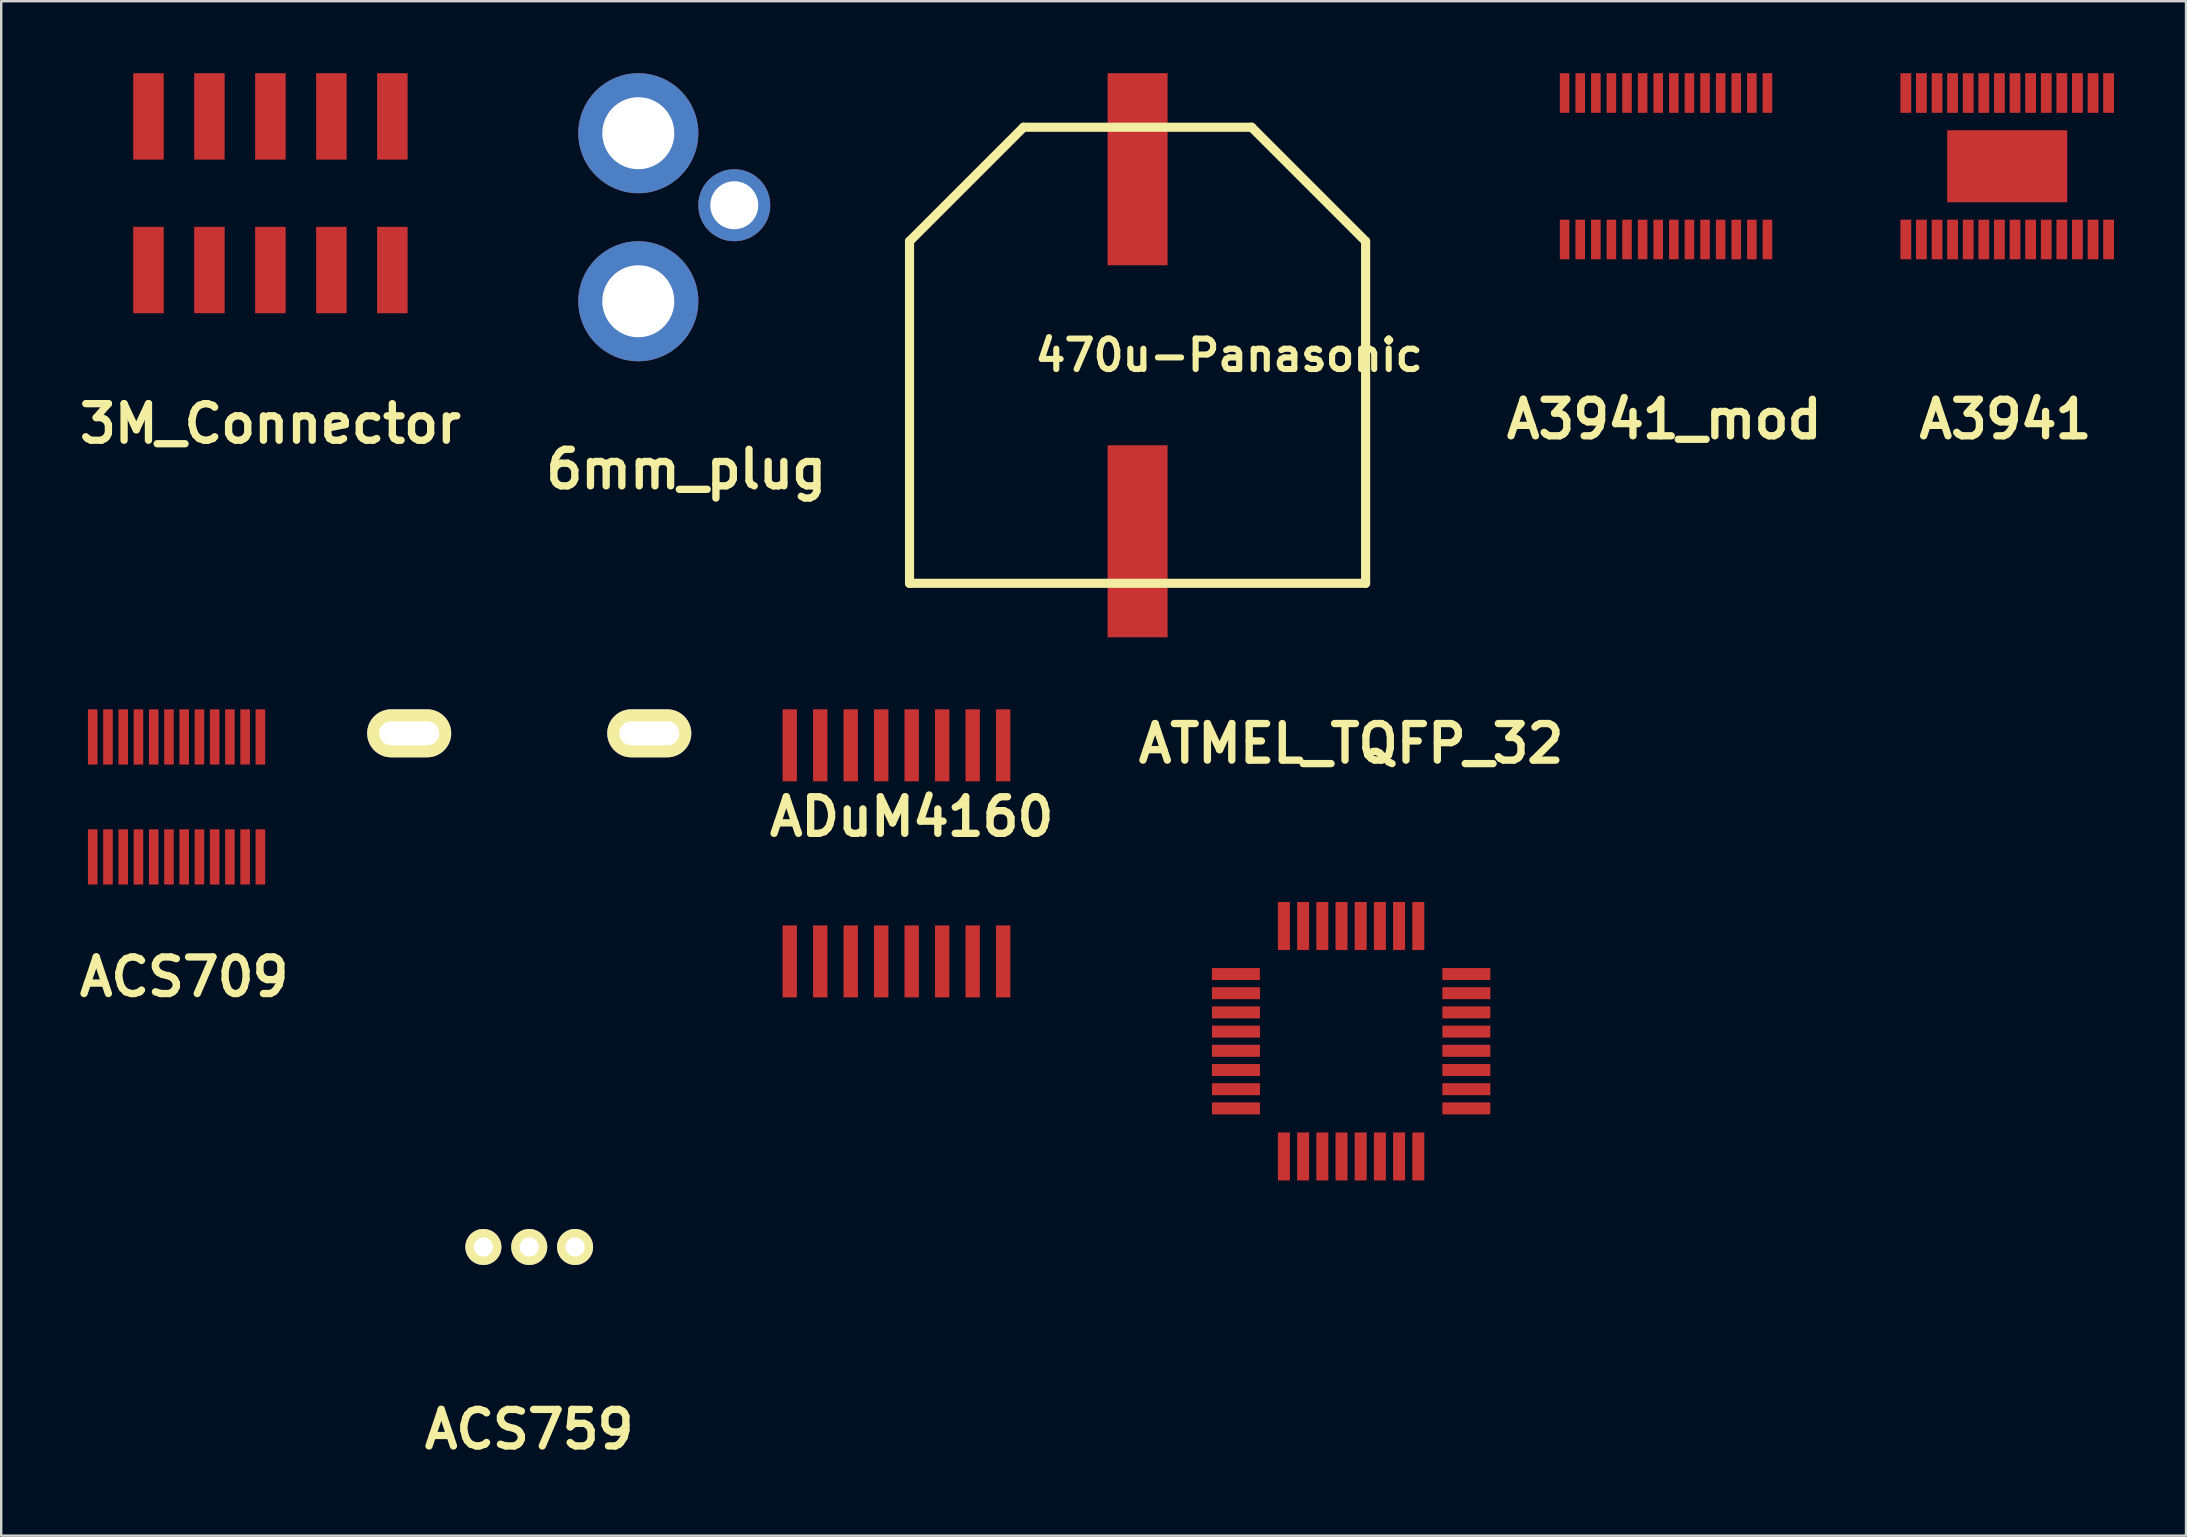
<source format=kicad_pcb>
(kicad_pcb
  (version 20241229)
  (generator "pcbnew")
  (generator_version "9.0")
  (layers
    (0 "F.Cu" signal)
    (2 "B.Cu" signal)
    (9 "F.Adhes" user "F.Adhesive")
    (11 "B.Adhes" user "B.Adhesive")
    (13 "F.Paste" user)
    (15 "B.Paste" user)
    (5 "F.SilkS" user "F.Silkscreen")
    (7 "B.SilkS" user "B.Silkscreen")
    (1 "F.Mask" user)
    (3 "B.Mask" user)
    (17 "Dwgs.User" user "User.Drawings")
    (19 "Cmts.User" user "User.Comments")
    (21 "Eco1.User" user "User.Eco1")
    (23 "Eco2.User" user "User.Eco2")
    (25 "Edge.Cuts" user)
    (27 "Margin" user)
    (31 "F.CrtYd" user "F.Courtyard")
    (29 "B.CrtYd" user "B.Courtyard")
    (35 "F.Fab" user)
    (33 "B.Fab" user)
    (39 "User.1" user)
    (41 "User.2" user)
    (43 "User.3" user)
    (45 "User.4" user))
  (footprint "ATMEL_TQFP_32"
    (layer "F.Cu")
    (at 53.237 27.927)
    (property "Reference" "ATMEL_TQFP_32" (at 0 0 0) (layer "F.SilkS") (effects (font (size 1.524 1.524) (thickness 0.305))))
    (attr through_hole)
    (pad "1" smd rect (at -4.801 9.601) (size 1.999 0.5) (layers "F.Cu"))
    (pad "2" smd rect (at -4.798 10.399) (size 1.999 0.5) (layers "F.Cu"))
    (pad "3" smd rect (at -4.798 11.199) (size 1.999 0.5) (layers "F.Cu"))
    (pad "4" smd rect (at -4.798 11.999) (size 1.999 0.5) (layers "F.Cu"))
    (pad "5" smd rect (at -4.798 12.799) (size 1.999 0.5) (layers "F.Cu"))
    (pad "6" smd rect (at -4.798 13.599) (size 1.999 0.5) (layers "F.Cu"))
    (pad "7" smd rect (at -4.798 14.399) (size 1.999 0.5) (layers "F.Cu"))
    (pad "8" smd rect (at -4.798 15.199) (size 1.999 0.5) (layers "F.Cu"))
    (pad "9" smd rect (at -2.799 17.201 90) (size 1.999 0.5) (layers "F.Cu"))
    (pad "10" smd rect (at -1.999 17.201 90) (size 1.999 0.5) (layers "F.Cu"))
    (pad "11" smd rect (at -1.199 17.201 90) (size 1.999 0.5) (layers "F.Cu"))
    (pad "12" smd rect (at -0.399 17.201 90) (size 1.999 0.5) (layers "F.Cu"))
    (pad "13" smd rect (at 0.399 17.201 90) (size 1.999 0.5) (layers "F.Cu"))
    (pad "14" smd rect (at 1.199 17.201 90) (size 1.999 0.5) (layers "F.Cu"))
    (pad "15" smd rect (at 1.999 17.201 90) (size 1.999 0.5) (layers "F.Cu"))
    (pad "16" smd rect (at 2.799 17.201 90) (size 1.999 0.5) (layers "F.Cu"))
    (pad "17" smd rect (at 4.801 15.199 180) (size 1.999 0.5) (layers "F.Cu"))
    (pad "18" smd rect (at 4.801 14.399 180) (size 1.999 0.5) (layers "F.Cu"))
    (pad "19" smd rect (at 4.801 13.599 180) (size 1.999 0.5) (layers "F.Cu"))
    (pad "20" smd rect (at 4.801 12.799 180) (size 1.999 0.5) (layers "F.Cu"))
    (pad "21" smd rect (at 4.801 11.999 180) (size 1.999 0.5) (layers "F.Cu"))
    (pad "22" smd rect (at 4.801 11.199 180) (size 1.999 0.5) (layers "F.Cu"))
    (pad "23" smd rect (at 4.801 10.399 180) (size 1.999 0.5) (layers "F.Cu"))
    (pad "24" smd rect (at 4.801 9.601 180) (size 1.999 0.5) (layers "F.Cu"))
    (pad "25" smd rect (at 2.799 7.6 270) (size 1.999 0.5) (layers "F.Cu"))
    (pad "26" smd rect (at 1.999 7.6 270) (size 1.999 0.5) (layers "F.Cu"))
    (pad "27" smd rect (at 1.199 7.6 270) (size 1.999 0.5) (layers "F.Cu"))
    (pad "28" smd rect (at 0.399 7.6 270) (size 1.999 0.5) (layers "F.Cu"))
    (pad "29" smd rect (at -0.399 7.6 270) (size 1.999 0.5) (layers "F.Cu"))
    (pad "30" smd rect (at -1.199 7.6 270) (size 1.999 0.5) (layers "F.Cu"))
    (pad "31" smd rect (at -1.999 7.6 270) (size 1.999 0.5) (layers "F.Cu"))
    (pad "32" smd rect (at -2.799 7.6 270) (size 1.999 0.5) (layers "F.Cu")))
  (footprint "ACS759"
    (layer "F.Cu")
    (at 18.997 48.899)
    (property "Reference" "ACS759" (at 0 7.6 0) (layer "F.SilkS") (effects (font (size 1.524 1.524) (thickness 0.305))))
    (attr through_hole)
    (pad "1" thru_hole circle (at -1.91 0) (size 1.501 1.501) (drill 0.8) (layers "*.Cu" "*.Mask" "F.SilkS"))
    (pad "2" thru_hole circle (at 0 0) (size 1.501 1.501) (drill 0.8) (layers "*.Cu" "*.Mask" "F.SilkS"))
    (pad "3" thru_hole circle (at 1.91 0) (size 1.501 1.501) (drill 0.8) (layers "*.Cu" "*.Mask" "F.SilkS"))
    (pad "4" thru_hole oval (at 5.001 -21.399) (size 3.5 1.999) (drill oval 2.499 1.001) (layers "*.Cu" "*.Mask" "F.SilkS"))
    (pad "5" thru_hole oval (at -5.001 -21.399) (size 3.5 1.999) (drill oval 2.499 1.001) (layers "*.Cu" "*.Mask" "F.SilkS")))
  (footprint "A3941"
    (layer "F.Cu")
    (at 80.245 3.876)
    (property "Reference" "A3941" (at 0.254 10.541 0) (layer "F.SilkS") (effects (font (size 1.524 1.524) (thickness 0.305))))
    (attr through_hole)
    (pad "1" smd rect (at -3.899 3.051) (size 0.45 1.651) (layers "F.Cu" "F.Mask" "F.Paste"))
    (pad "2" smd rect (at -3.249 3.051) (size 0.45 1.651) (layers "F.Cu" "F.Mask" "F.Paste"))
    (pad "3" smd rect (at -2.598 3.051) (size 0.45 1.651) (layers "F.Cu" "F.Mask" "F.Paste"))
    (pad "4" smd rect (at -1.951 3.051) (size 0.45 1.651) (layers "F.Cu" "F.Mask" "F.Paste"))
    (pad "5" smd rect (at -1.3 3.051) (size 0.45 1.651) (layers "F.Cu" "F.Mask" "F.Paste"))
    (pad "6" smd rect (at -0.65 3.051) (size 0.45 1.651) (layers "F.Cu" "F.Mask" "F.Paste"))
    (pad "7" smd rect (at 0 3.051) (size 0.45 1.651) (layers "F.Cu" "F.Mask" "F.Paste"))
    (pad "8" smd rect (at 0.65 3.051) (size 0.45 1.651) (layers "F.Cu" "F.Mask" "F.Paste"))
    (pad "9" smd rect (at 1.3 3.051) (size 0.45 1.651) (layers "F.Cu" "F.Mask" "F.Paste"))
    (pad "10" smd rect (at 1.951 3.051) (size 0.45 1.651) (layers "F.Cu" "F.Mask" "F.Paste"))
    (pad "11" smd rect (at 2.601 3.051) (size 0.45 1.651) (layers "F.Cu" "F.Mask" "F.Paste"))
    (pad "12" smd rect (at 3.251 3.051) (size 0.45 1.651) (layers "F.Cu" "F.Mask" "F.Paste"))
    (pad "13" smd rect (at 3.901 3.051) (size 0.45 1.651) (layers "F.Cu" "F.Mask" "F.Paste"))
    (pad "14" smd rect (at 4.549 3.051) (size 0.45 1.651) (layers "F.Cu" "F.Mask" "F.Paste"))
    (pad "15" smd rect (at 4.549 -3.051) (size 0.45 1.651) (layers "F.Cu" "F.Mask" "F.Paste"))
    (pad "16" smd rect (at 3.901 -3.051) (size 0.45 1.651) (layers "F.Cu" "F.Mask" "F.Paste"))
    (pad "17" smd rect (at 3.251 -3.051) (size 0.45 1.651) (layers "F.Cu" "F.Mask" "F.Paste"))
    (pad "18" smd rect (at 2.601 -3.051) (size 0.45 1.651) (layers "F.Cu" "F.Mask" "F.Paste"))
    (pad "19" smd rect (at 1.951 -3.051) (size 0.45 1.651) (layers "F.Cu" "F.Mask" "F.Paste"))
    (pad "20" smd rect (at 1.3 -3.051) (size 0.45 1.651) (layers "F.Cu" "F.Mask" "F.Paste"))
    (pad "21" smd rect (at 0.65 -3.051) (size 0.45 1.651) (layers "F.Cu" "F.Mask" "F.Paste"))
    (pad "22" smd rect (at 0 -3.051) (size 0.45 1.651) (layers "F.Cu" "F.Mask" "F.Paste"))
    (pad "23" smd rect (at -0.65 -3.051) (size 0.45 1.651) (layers "F.Cu" "F.Mask" "F.Paste"))
    (pad "24" smd rect (at -1.3 -3.051) (size 0.45 1.651) (layers "F.Cu" "F.Mask" "F.Paste"))
    (pad "25" smd rect (at -1.951 -3.051) (size 0.45 1.651) (layers "F.Cu" "F.Mask" "F.Paste"))
    (pad "26" smd rect (at -2.598 -3.051) (size 0.45 1.651) (layers "F.Cu" "F.Mask" "F.Paste"))
    (pad "27" smd rect (at -3.249 -3.051) (size 0.45 1.651) (layers "F.Cu" "F.Mask" "F.Paste"))
    (pad "28" smd rect (at -3.899 -3.051) (size 0.45 1.651) (layers "F.Cu" "F.Mask" "F.Paste"))
    (pad "29" smd rect (at 0.325 0) (size 5.001 3) (layers "F.Cu" "F.Mask" "F.Paste")))
  (footprint "ADuM4160"
    (layer "F.Cu")
    (at 34.931 32.501)
    (property "Reference" "ADuM4160" (at 0 -1.524 0) (layer "F.SilkS") (effects (font (size 1.524 1.524) (thickness 0.305))))
    (attr through_hole)
    (pad "1" smd rect (at -5.08 4.501) (size 0.599 3) (layers "F.Cu" "F.Mask" "F.Paste"))
    (pad "2" smd rect (at -3.81 4.501) (size 0.599 3) (layers "F.Cu" "F.Mask" "F.Paste"))
    (pad "3" smd rect (at -2.54 4.501) (size 0.599 3) (layers "F.Cu" "F.Mask" "F.Paste"))
    (pad "4" smd rect (at -1.27 4.501) (size 0.599 3) (layers "F.Cu" "F.Mask" "F.Paste"))
    (pad "5" smd rect (at 0 4.501) (size 0.599 3) (layers "F.Cu" "F.Mask" "F.Paste"))
    (pad "6" smd rect (at 1.27 4.501) (size 0.599 3) (layers "F.Cu" "F.Mask" "F.Paste"))
    (pad "7" smd rect (at 2.54 4.501) (size 0.599 3) (layers "F.Cu" "F.Mask" "F.Paste"))
    (pad "8" smd rect (at 3.81 4.501) (size 0.599 3) (layers "F.Cu" "F.Mask" "F.Paste"))
    (pad "9" smd rect (at 3.81 -4.501) (size 0.599 3) (layers "F.Cu" "F.Mask" "F.Paste"))
    (pad "10" smd rect (at 2.54 -4.501) (size 0.599 3) (layers "F.Cu" "F.Mask" "F.Paste"))
    (pad "11" smd rect (at 1.27 -4.501) (size 0.599 3) (layers "F.Cu" "F.Mask" "F.Paste"))
    (pad "12" smd rect (at 0 -4.501) (size 0.599 3) (layers "F.Cu" "F.Mask" "F.Paste"))
    (pad "13" smd rect (at -1.27 -4.501) (size 0.599 3) (layers "F.Cu" "F.Mask" "F.Paste"))
    (pad "14" smd rect (at -2.54 -4.501) (size 0.599 3) (layers "F.Cu" "F.Mask" "F.Paste"))
    (pad "15" smd rect (at -3.81 -4.501) (size 0.599 3) (layers "F.Cu" "F.Mask" "F.Paste"))
    (pad "16" smd rect (at -5.08 -4.501) (size 0.599 3) (layers "F.Cu" "F.Mask" "F.Paste")))
  (footprint "6mm_plug"
    (layer "F.Cu")
    (at 25.541 5.5)
    (property "Reference" "6mm_plug" (at 0 11.001 0) (layer "F.SilkS") (effects (font (size 1.524 1.524) (thickness 0.305))))
    (attr through_hole)
    (pad "1" thru_hole circle (at -1.999 -3) (size 5.001 5.001) (drill 3) (layers "*.Cu"))
    (pad "2" thru_hole circle (at -1.999 4) (size 5.001 5.001) (drill 3) (layers "*.Cu"))
    (pad "3" thru_hole circle (at 1.999 0) (size 3 3) (drill 1.999) (layers "*.Cu")))
  (footprint "470u-Panasonic"
    (layer "F.Cu")
    (at 44.341 11.75)
    (property "Reference" "470u-Panasonic" (at 3.81 0 0) (layer "F.SilkS") (effects (font (size 1.27 1.27) (thickness 0.254))))
    (attr through_hole)
    (fp_line (start -9.5 -4.75) (end -9.5 9.5) (stroke (width 0.381) (type solid)) (layer "F.SilkS"))
    (fp_line (start -9.5 9.5) (end 9.5 9.5) (stroke (width 0.381) (type solid)) (layer "F.SilkS"))
    (fp_line (start -4.75 -9.5) (end -9.5 -4.75) (stroke (width 0.381) (type solid)) (layer "F.SilkS"))
    (fp_line (start 4.75 -9.5) (end -4.75 -9.5) (stroke (width 0.381) (type solid)) (layer "F.SilkS"))
    (fp_line (start 9.5 -4.75) (end 4.75 -9.5) (stroke (width 0.381) (type solid)) (layer "F.SilkS"))
    (fp_line (start 9.5 9.5) (end 9.5 -4.75) (stroke (width 0.381) (type solid)) (layer "F.SilkS"))
    (pad "1" smd rect (at 0 -7.75) (size 2.499 8.001) (layers "F.Cu" "F.Mask" "F.Paste"))
    (pad "2" smd rect (at 0 7.75) (size 2.499 8.001) (layers "F.Cu" "F.Mask" "F.Paste")))
  (footprint "ACS709"
    (layer "F.Cu")
    (at 4.623 30.15)
    (property "Reference" "ACS709" (at 0 7.501 0) (layer "F.SilkS") (effects (font (size 1.524 1.524) (thickness 0.305))))
    (attr through_hole)
    (pad "1" smd rect (at -3.81 2.499) (size 0.399 2.301) (layers "F.Cu" "F.Mask" "F.Paste"))
    (pad "2" smd rect (at -3.175 2.499) (size 0.399 2.301) (layers "F.Cu" "F.Mask" "F.Paste"))
    (pad "3" smd rect (at -2.54 2.499) (size 0.399 2.301) (layers "F.Cu" "F.Mask" "F.Paste"))
    (pad "4" smd rect (at -1.905 2.499) (size 0.399 2.301) (layers "F.Cu" "F.Mask" "F.Paste"))
    (pad "5" smd rect (at -1.27 2.499) (size 0.399 2.301) (layers "F.Cu" "F.Mask" "F.Paste"))
    (pad "6" smd rect (at -0.635 2.499) (size 0.399 2.301) (layers "F.Cu" "F.Mask" "F.Paste"))
    (pad "7" smd rect (at 0 2.499) (size 0.399 2.301) (layers "F.Cu" "F.Mask" "F.Paste"))
    (pad "8" smd rect (at 0.635 2.499) (size 0.399 2.301) (layers "F.Cu" "F.Mask" "F.Paste"))
    (pad "9" smd rect (at 1.27 2.499) (size 0.399 2.301) (layers "F.Cu" "F.Mask" "F.Paste"))
    (pad "10" smd rect (at 1.905 2.499) (size 0.399 2.301) (layers "F.Cu" "F.Mask" "F.Paste"))
    (pad "11" smd rect (at 2.54 2.499) (size 0.399 2.301) (layers "F.Cu" "F.Mask" "F.Paste"))
    (pad "12" smd rect (at 3.175 2.499) (size 0.399 2.301) (layers "F.Cu" "F.Mask" "F.Paste"))
    (pad "13" smd rect (at 3.175 -2.499) (size 0.399 2.301) (layers "F.Cu" "F.Mask" "F.Paste"))
    (pad "14" smd rect (at 2.54 -2.499) (size 0.399 2.301) (layers "F.Cu" "F.Mask" "F.Paste"))
    (pad "15" smd rect (at 1.905 -2.499) (size 0.399 2.301) (layers "F.Cu" "F.Mask" "F.Paste"))
    (pad "16" smd rect (at 1.27 -2.499) (size 0.399 2.301) (layers "F.Cu" "F.Mask" "F.Paste"))
    (pad "17" smd rect (at 0.635 -2.499) (size 0.399 2.301) (layers "F.Cu" "F.Mask" "F.Paste"))
    (pad "18" smd rect (at 0 -2.499) (size 0.399 2.301) (layers "F.Cu" "F.Mask" "F.Paste"))
    (pad "19" smd rect (at -0.635 -2.499) (size 0.399 2.301) (layers "F.Cu" "F.Mask" "F.Paste"))
    (pad "20" smd rect (at -1.27 -2.499) (size 0.399 2.301) (layers "F.Cu" "F.Mask" "F.Paste"))
    (pad "21" smd rect (at -1.905 -2.499) (size 0.399 2.301) (layers "F.Cu" "F.Mask" "F.Paste"))
    (pad "22" smd rect (at -2.54 -2.499) (size 0.399 2.301) (layers "F.Cu" "F.Mask" "F.Paste"))
    (pad "23" smd rect (at -3.175 -2.499) (size 0.399 2.301) (layers "F.Cu" "F.Mask" "F.Paste"))
    (pad "24" smd rect (at -3.81 -2.499) (size 0.399 2.301) (layers "F.Cu" "F.Mask" "F.Paste")))
  (footprint "A3941_mod"
    (layer "F.Cu")
    (at 66.031 3.876)
    (property "Reference" "A3941_mod" (at 0.254 10.541 0) (layer "F.SilkS") (effects (font (size 1.524 1.524) (thickness 0.305))))
    (attr through_hole)
    (pad "1" smd rect (at -3.899 3.051) (size 0.399 1.651) (layers "F.Cu" "F.Mask" "F.Paste"))
    (pad "2" smd rect (at -3.249 3.051) (size 0.399 1.651) (layers "F.Cu" "F.Mask" "F.Paste"))
    (pad "3" smd rect (at -2.598 3.051) (size 0.399 1.651) (layers "F.Cu" "F.Mask" "F.Paste"))
    (pad "4" smd rect (at -1.951 3.051) (size 0.399 1.651) (layers "F.Cu" "F.Mask" "F.Paste"))
    (pad "5" smd rect (at -1.3 3.051) (size 0.399 1.651) (layers "F.Cu" "F.Mask" "F.Paste"))
    (pad "6" smd rect (at -0.65 3.051) (size 0.399 1.651) (layers "F.Cu" "F.Mask" "F.Paste"))
    (pad "7" smd rect (at 0 3.051) (size 0.399 1.651) (layers "F.Cu" "F.Mask" "F.Paste"))
    (pad "8" smd rect (at 0.65 3.051) (size 0.399 1.651) (layers "F.Cu" "F.Mask" "F.Paste"))
    (pad "9" smd rect (at 1.3 3.051) (size 0.399 1.651) (layers "F.Cu" "F.Mask" "F.Paste"))
    (pad "10" smd rect (at 1.951 3.051) (size 0.399 1.651) (layers "F.Cu" "F.Mask" "F.Paste"))
    (pad "11" smd rect (at 2.601 3.051) (size 0.399 1.651) (layers "F.Cu" "F.Mask" "F.Paste"))
    (pad "12" smd rect (at 3.251 3.051) (size 0.399 1.651) (layers "F.Cu" "F.Mask" "F.Paste"))
    (pad "13" smd rect (at 3.901 3.051) (size 0.399 1.651) (layers "F.Cu" "F.Mask" "F.Paste"))
    (pad "14" smd rect (at 4.549 3.051) (size 0.399 1.651) (layers "F.Cu" "F.Mask" "F.Paste"))
    (pad "15" smd rect (at 4.549 -3.051) (size 0.399 1.651) (layers "F.Cu" "F.Mask" "F.Paste"))
    (pad "16" smd rect (at 3.901 -3.051) (size 0.399 1.651) (layers "F.Cu" "F.Mask" "F.Paste"))
    (pad "17" smd rect (at 3.251 -3.051) (size 0.399 1.651) (layers "F.Cu" "F.Mask" "F.Paste"))
    (pad "18" smd rect (at 2.601 -3.051) (size 0.399 1.651) (layers "F.Cu" "F.Mask" "F.Paste"))
    (pad "19" smd rect (at 1.951 -3.051) (size 0.399 1.651) (layers "F.Cu" "F.Mask" "F.Paste"))
    (pad "20" smd rect (at 1.3 -3.051) (size 0.399 1.651) (layers "F.Cu" "F.Mask" "F.Paste"))
    (pad "21" smd rect (at 0.65 -3.051) (size 0.399 1.651) (layers "F.Cu" "F.Mask" "F.Paste"))
    (pad "22" smd rect (at 0 -3.051) (size 0.399 1.651) (layers "F.Cu" "F.Mask" "F.Paste"))
    (pad "23" smd rect (at -0.65 -3.051) (size 0.399 1.651) (layers "F.Cu" "F.Mask" "F.Paste"))
    (pad "24" smd rect (at -1.3 -3.051) (size 0.399 1.651) (layers "F.Cu" "F.Mask" "F.Paste"))
    (pad "25" smd rect (at -1.951 -3.051) (size 0.399 1.651) (layers "F.Cu" "F.Mask" "F.Paste"))
    (pad "26" smd rect (at -2.598 -3.051) (size 0.399 1.651) (layers "F.Cu" "F.Mask" "F.Paste"))
    (pad "27" smd rect (at -3.249 -3.051) (size 0.399 1.651) (layers "F.Cu" "F.Mask" "F.Paste"))
    (pad "28" smd rect (at -3.899 -3.051) (size 0.399 1.651) (layers "F.Cu" "F.Mask" "F.Paste")))
  (footprint "3M_Connector"
    (layer "F.Cu")
    (at 8.215 5)
    (property "Reference" "3M_Connector" (at 0 9.601 0) (layer "F.SilkS") (effects (font (size 1.524 1.524) (thickness 0.305))))
    (attr through_hole)
    (pad "1" smd rect (at -5.08 3.2) (size 1.27 3.599) (layers "F.Cu" "F.Mask" "F.Paste"))
    (pad "2" smd rect (at -5.08 -3.2) (size 1.27 3.599) (layers "F.Cu" "F.Mask" "F.Paste"))
    (pad "3" smd rect (at -2.54 3.2) (size 1.27 3.599) (layers "F.Cu" "F.Mask" "F.Paste"))
    (pad "4" smd rect (at -2.54 -3.2) (size 1.27 3.599) (layers "F.Cu" "F.Mask" "F.Paste"))
    (pad "5" smd rect (at 0 3.2) (size 1.27 3.599) (layers "F.Cu" "F.Mask" "F.Paste"))
    (pad "6" smd rect (at 0 -3.2) (size 1.27 3.599) (layers "F.Cu" "F.Mask" "F.Paste"))
    (pad "7" smd rect (at 2.54 3.2) (size 1.27 3.599) (layers "F.Cu" "F.Mask" "F.Paste"))
    (pad "8" smd rect (at 2.54 -3.2) (size 1.27 3.599) (layers "F.Cu" "F.Mask" "F.Paste"))
    (pad "9" smd rect (at 5.08 3.2) (size 1.27 3.599) (layers "F.Cu" "F.Mask" "F.Paste"))
    (pad "10" smd rect (at 5.08 -3.2) (size 1.27 3.599) (layers "F.Cu" "F.Mask" "F.Paste")))
  (gr_rect
    (start -3 -3)
    (end 88.019 60.925)
    (stroke (width 0.1) (type default))
    (fill no)
    (layer "Edge.Cuts")))
</source>
